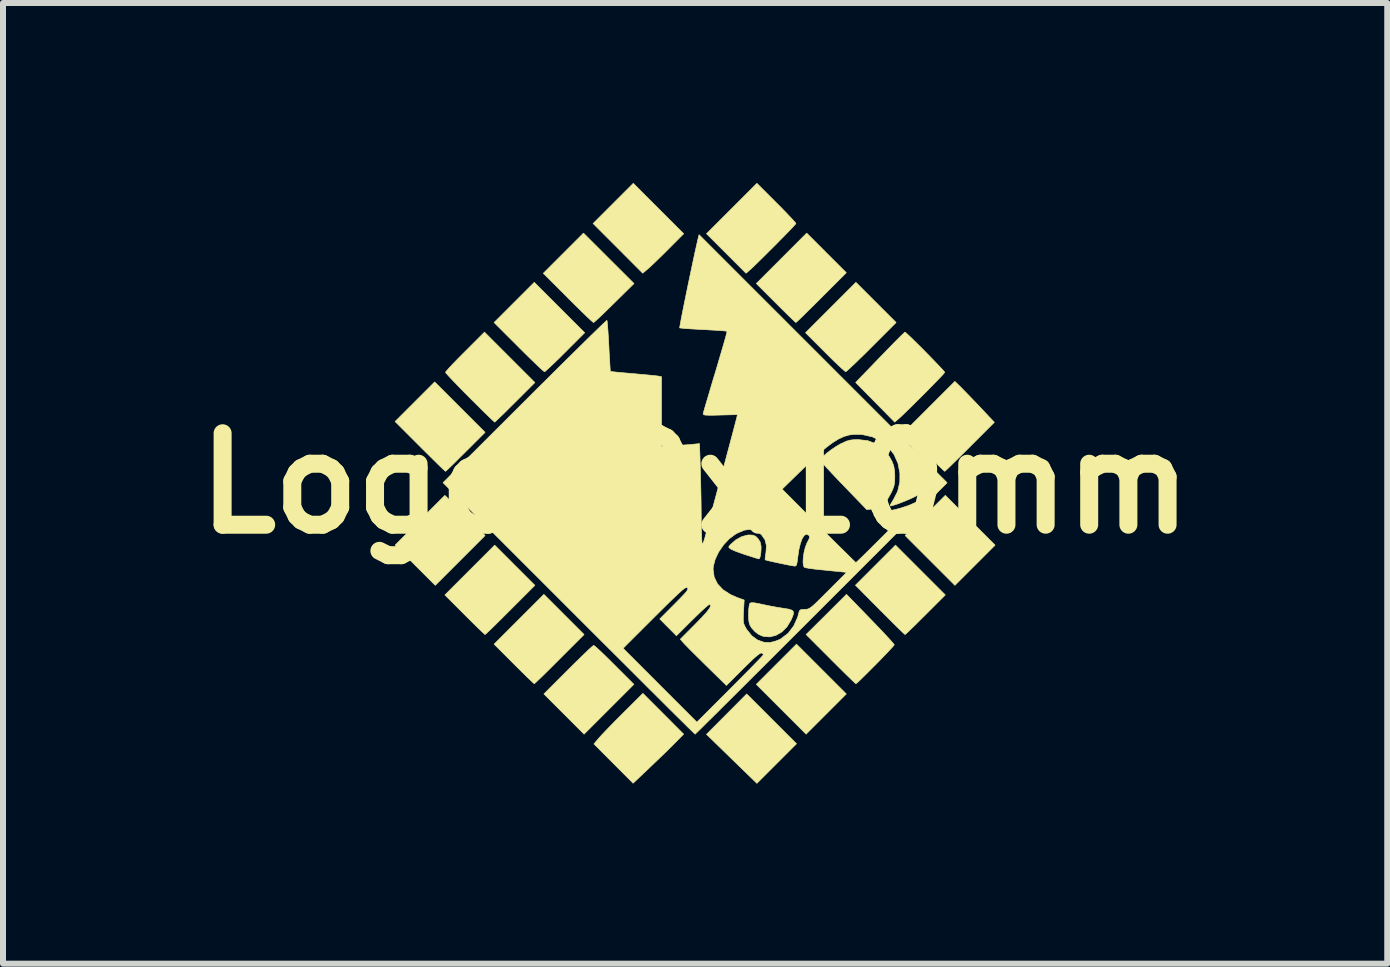
<source format=kicad_pcb>
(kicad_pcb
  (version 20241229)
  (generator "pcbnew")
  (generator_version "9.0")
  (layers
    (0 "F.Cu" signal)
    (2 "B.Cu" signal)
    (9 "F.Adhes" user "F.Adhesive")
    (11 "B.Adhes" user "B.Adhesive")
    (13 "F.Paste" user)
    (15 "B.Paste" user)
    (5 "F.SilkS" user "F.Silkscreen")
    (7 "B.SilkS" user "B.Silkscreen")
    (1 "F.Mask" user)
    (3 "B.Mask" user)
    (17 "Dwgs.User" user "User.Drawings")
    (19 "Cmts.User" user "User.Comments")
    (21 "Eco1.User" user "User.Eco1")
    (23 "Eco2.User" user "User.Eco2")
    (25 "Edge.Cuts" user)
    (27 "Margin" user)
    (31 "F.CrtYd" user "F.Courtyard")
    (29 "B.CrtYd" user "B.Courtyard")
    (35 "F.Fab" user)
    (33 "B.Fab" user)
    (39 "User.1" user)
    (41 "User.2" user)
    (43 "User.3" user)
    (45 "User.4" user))
  (footprint "Logo10x10mm"
    (layer "F.Cu")
    (at 8.534 5.005)
    (property "Reference" "Logo10x10mm" (at 0 0 0) (layer "F.SilkS") (effects (font (size 1.524 1.524) (thickness 0.3))))
    (attr through_hole)
    (fp_poly (pts (xy -3.835 0.535) (xy -3.5 0.87) (xy -4.33 1.7) (xy -4.665 1.365) (xy -5 1.03) (xy -4.17 0.2) (xy -3.835 0.535)) (stroke (width 0.01) (type solid)) (fill yes) (layer "F.SilkS"))
    (fp_poly (pts (xy 1.275 3.925) (xy 1.69 4.34) (xy 1.03 5) (xy 0.61 4.592) (xy 0.19 4.183) (xy 0.86 3.51) (xy 1.275 3.925)) (stroke (width 0.01) (type solid)) (fill yes) (layer "F.SilkS"))
    (fp_poly (pts (xy 2.52 3.51) (xy 2.185 3.845) (xy 1.85 4.18) (xy 1.02 3.35) (xy 1.355 3.015) (xy 1.69 2.68) (xy 2.52 3.51)) (stroke (width 0.01) (type solid)) (fill yes) (layer "F.SilkS"))
    (fp_poly (pts (xy 5 1.03) (xy 4.665 1.365) (xy 4.33 1.7) (xy 3.5 0.87) (xy 3.835 0.535) (xy 4.17 0.2) (xy 5 1.03)) (stroke (width 0.01) (type solid)) (fill yes) (layer "F.SilkS"))
    (fp_poly (pts (xy -0.61 -4.58) (xy -0.19 -4.16) (xy -0.44 -3.909) (xy -0.529 -3.82) (xy -0.615 -3.736) (xy -0.692 -3.662) (xy -0.752 -3.606) (xy -0.781 -3.58) (xy -0.873 -3.502) (xy -1.286 -3.916) (xy -1.7 -4.33) (xy -1.365 -4.665) (xy -1.03 -5) (xy -0.61 -4.58)) (stroke (width 0.01) (type solid)) (fill yes) (layer "F.SilkS"))
    (fp_poly (pts (xy 4.17 1.86) (xy 3.84 2.19) (xy 3.746 2.283) (xy 3.662 2.367) (xy 3.591 2.435) (xy 3.538 2.486) (xy 3.506 2.515) (xy 3.499 2.52) (xy 3.483 2.506) (xy 3.442 2.468) (xy 3.38 2.408) (xy 3.301 2.33) (xy 3.209 2.238) (xy 3.106 2.135) (xy 3.08 2.109) (xy 2.672 1.698) (xy 3.34 1.03) (xy 4.17 1.86)) (stroke (width 0.01) (type solid)) (fill yes) (layer "F.SilkS"))
    (fp_poly (pts (xy -3.005 1.365) (xy -2.67 1.7) (xy -3.08 2.11) (xy -3.185 2.215) (xy -3.28 2.309) (xy -3.363 2.391) (xy -3.43 2.455) (xy -3.476 2.499) (xy -3.499 2.519) (xy -3.5 2.52) (xy -3.517 2.506) (xy -3.557 2.468) (xy -3.618 2.41) (xy -3.694 2.335) (xy -3.783 2.247) (xy -3.84 2.19) (xy -4.17 1.86) (xy -3.34 1.03) (xy -3.005 1.365)) (stroke (width 0.01) (type solid)) (fill yes) (layer "F.SilkS"))
    (fp_poly (pts (xy -2.26 -2.93) (xy -1.84 -2.51) (xy -2.165 -2.185) (xy -2.258 -2.092) (xy -2.343 -2.01) (xy -2.415 -1.942) (xy -2.469 -1.892) (xy -2.502 -1.864) (xy -2.51 -1.86) (xy -2.529 -1.874) (xy -2.572 -1.912) (xy -2.636 -1.972) (xy -2.717 -2.05) (xy -2.811 -2.142) (xy -2.914 -2.244) (xy -2.94 -2.27) (xy -3.35 -2.68) (xy -2.68 -3.35) (xy -2.26 -2.93)) (stroke (width 0.01) (type solid)) (fill yes) (layer "F.SilkS"))
    (fp_poly (pts (xy -2.185 2.185) (xy -1.85 2.52) (xy -2.26 2.93) (xy -2.365 3.035) (xy -2.46 3.129) (xy -2.543 3.211) (xy -2.61 3.275) (xy -2.656 3.319) (xy -2.679 3.339) (xy -2.68 3.34) (xy -2.697 3.326) (xy -2.737 3.288) (xy -2.798 3.23) (xy -2.874 3.155) (xy -2.963 3.067) (xy -3.02 3.01) (xy -3.35 2.68) (xy -2.52 1.85) (xy -2.185 2.185)) (stroke (width 0.01) (type solid)) (fill yes) (layer "F.SilkS"))
    (fp_poly (pts (xy -1.439 -3.75) (xy -1.018 -3.33) (xy -1.348 -3.005) (xy -1.442 -2.913) (xy -1.527 -2.83) (xy -1.599 -2.762) (xy -1.653 -2.712) (xy -1.686 -2.684) (xy -1.694 -2.68) (xy -1.711 -2.694) (xy -1.754 -2.732) (xy -1.817 -2.792) (xy -1.897 -2.87) (xy -1.991 -2.962) (xy -2.094 -3.064) (xy -2.12 -3.09) (xy -2.53 -3.5) (xy -1.86 -4.17) (xy -1.439 -3.75)) (stroke (width 0.01) (type solid)) (fill yes) (layer "F.SilkS"))
    (fp_poly (pts (xy 3.35 -2.68) (xy 2.94 -2.27) (xy 2.835 -2.165) (xy 2.738 -2.071) (xy 2.654 -1.989) (xy 2.585 -1.925) (xy 2.537 -1.881) (xy 2.512 -1.861) (xy 2.51 -1.86) (xy 2.491 -1.874) (xy 2.447 -1.912) (xy 2.385 -1.97) (xy 2.306 -2.045) (xy 2.217 -2.133) (xy 2.165 -2.185) (xy 1.84 -2.51) (xy 2.26 -2.93) (xy 2.68 -3.35) (xy 3.35 -2.68)) (stroke (width 0.01) (type solid)) (fill yes) (layer "F.SilkS"))
    (fp_poly (pts (xy -3.92 -1.27) (xy -3.5 -0.85) (xy -3.825 -0.525) (xy -3.918 -0.433) (xy -4.001 -0.35) (xy -4.071 -0.282) (xy -4.123 -0.232) (xy -4.154 -0.204) (xy -4.16 -0.2) (xy -4.176 -0.214) (xy -4.217 -0.252) (xy -4.279 -0.312) (xy -4.358 -0.39) (xy -4.451 -0.482) (xy -4.554 -0.584) (xy -4.585 -0.615) (xy -5 -1.03) (xy -4.67 -1.36) (xy -4.34 -1.69) (xy -3.92 -1.27)) (stroke (width 0.01) (type solid)) (fill yes) (layer "F.SilkS"))
    (fp_poly (pts (xy -1.67 2.714) (xy -1.627 2.752) (xy -1.564 2.81) (xy -1.486 2.885) (xy -1.397 2.973) (xy -1.345 3.025) (xy -1.02 3.35) (xy -1.435 3.765) (xy -1.85 4.18) (xy -2.185 3.845) (xy -2.52 3.51) (xy -2.115 3.105) (xy -2.01 3.001) (xy -1.914 2.907) (xy -1.83 2.826) (xy -1.763 2.762) (xy -1.715 2.719) (xy -1.691 2.701) (xy -1.69 2.7) (xy -1.67 2.714)) (stroke (width 0.01) (type solid)) (fill yes) (layer "F.SilkS"))
    (fp_poly (pts (xy -0.53 3.84) (xy -0.191 4.18) (xy -0.34 4.331) (xy -0.406 4.397) (xy -0.492 4.482) (xy -0.591 4.577) (xy -0.693 4.675) (xy -0.761 4.74) (xy -1.033 4.998) (xy -1.36 4.67) (xy -1.686 4.343) (xy -1.605 4.247) (xy -1.566 4.204) (xy -1.505 4.139) (xy -1.426 4.057) (xy -1.335 3.964) (xy -1.236 3.865) (xy -1.196 3.825) (xy -0.87 3.5) (xy -0.53 3.84)) (stroke (width 0.01) (type solid)) (fill yes) (layer "F.SilkS"))
    (fp_poly (pts (xy 2.19 -3.84) (xy 2.52 -3.51) (xy 2.105 -3.095) (xy 2 -2.99) (xy 1.903 -2.895) (xy 1.82 -2.812) (xy 1.753 -2.747) (xy 1.705 -2.702) (xy 1.682 -2.681) (xy 1.68 -2.68) (xy 1.663 -2.694) (xy 1.623 -2.732) (xy 1.562 -2.79) (xy 1.486 -2.865) (xy 1.398 -2.952) (xy 1.345 -3.005) (xy 1.02 -3.33) (xy 1.44 -3.75) (xy 1.86 -4.17) (xy 2.19 -3.84)) (stroke (width 0.01) (type solid)) (fill yes) (layer "F.SilkS"))
    (fp_poly (pts (xy 1.355 -4.675) (xy 1.448 -4.582) (xy 1.53 -4.497) (xy 1.598 -4.425) (xy 1.648 -4.371) (xy 1.676 -4.338) (xy 1.68 -4.33) (xy 1.666 -4.312) (xy 1.629 -4.271) (xy 1.571 -4.21) (xy 1.498 -4.135) (xy 1.414 -4.05) (xy 1.324 -3.958) (xy 1.231 -3.866) (xy 1.141 -3.776) (xy 1.057 -3.694) (xy 0.985 -3.624) (xy 0.928 -3.57) (xy 0.899 -3.545) (xy 0.849 -3.501) (xy 0.519 -3.831) (xy 0.19 -4.16) (xy 0.61 -4.58) (xy 1.03 -5) (xy 1.355 -4.675)) (stroke (width 0.01) (type solid)) (fill yes) (layer "F.SilkS"))
    (fp_poly (pts (xy 4.416 -1.615) (xy 4.459 -1.571) (xy 4.523 -1.506) (xy 4.601 -1.425) (xy 4.686 -1.336) (xy 4.745 -1.274) (xy 4.987 -1.017) (xy 4.579 -0.609) (xy 4.474 -0.504) (xy 4.379 -0.41) (xy 4.296 -0.329) (xy 4.23 -0.264) (xy 4.184 -0.221) (xy 4.161 -0.201) (xy 4.16 -0.2) (xy 4.143 -0.214) (xy 4.103 -0.252) (xy 4.042 -0.31) (xy 3.966 -0.385) (xy 3.877 -0.473) (xy 3.82 -0.53) (xy 3.49 -0.86) (xy 3.91 -1.28) (xy 4.329 -1.699) (xy 4.416 -1.615)) (stroke (width 0.01) (type solid)) (fill yes) (layer "F.SilkS"))
    (fp_poly (pts (xy 0.965 0.864) (xy 1.008 0.882) (xy 1.047 0.92) (xy 1.048 0.922) (xy 1.085 0.979) (xy 1.099 1.045) (xy 1.1 1.077) (xy 1.096 1.157) (xy 1.086 1.219) (xy 1.072 1.254) (xy 1.063 1.259) (xy 1.04 1.253) (xy 0.987 1.237) (xy 0.913 1.213) (xy 0.839 1.19) (xy 0.75 1.159) (xy 0.671 1.13) (xy 0.614 1.105) (xy 0.59 1.092) (xy 0.563 1.07) (xy 0.565 1.05) (xy 0.589 1.021) (xy 0.676 0.944) (xy 0.775 0.889) (xy 0.873 0.862) (xy 0.902 0.86) (xy 0.965 0.864)) (stroke (width 0.01) (type solid)) (fill yes) (layer "F.SilkS"))
    (fp_poly (pts (xy -3.09 -2.1) (xy -2.67 -1.68) (xy -3 -1.35) (xy -3.094 -1.257) (xy -3.178 -1.173) (xy -3.249 -1.105) (xy -3.302 -1.054) (xy -3.333 -1.025) (xy -3.34 -1.02) (xy -3.356 -1.034) (xy -3.397 -1.072) (xy -3.459 -1.132) (xy -3.538 -1.209) (xy -3.63 -1.301) (xy -3.733 -1.403) (xy -3.755 -1.425) (xy -3.859 -1.53) (xy -3.953 -1.626) (xy -4.034 -1.71) (xy -4.097 -1.777) (xy -4.141 -1.825) (xy -4.159 -1.849) (xy -4.16 -1.85) (xy -4.146 -1.87) (xy -4.108 -1.913) (xy -4.05 -1.976) (xy -3.975 -2.054) (xy -3.887 -2.143) (xy -3.835 -2.195) (xy -3.51 -2.52) (xy -3.09 -2.1)) (stroke (width 0.01) (type solid)) (fill yes) (layer "F.SilkS"))
    (fp_poly (pts (xy 2.921 2.26) (xy 3.023 2.366) (xy 3.116 2.463) (xy 3.195 2.548) (xy 3.258 2.616) (xy 3.3 2.665) (xy 3.319 2.689) (xy 3.319 2.69) (xy 3.306 2.709) (xy 3.269 2.75) (xy 3.214 2.809) (xy 3.144 2.882) (xy 3.066 2.963) (xy 2.984 3.046) (xy 2.902 3.128) (xy 2.827 3.203) (xy 2.762 3.267) (xy 2.713 3.313) (xy 2.684 3.337) (xy 2.68 3.34) (xy 2.663 3.326) (xy 2.623 3.288) (xy 2.561 3.228) (xy 2.482 3.151) (xy 2.389 3.059) (xy 2.286 2.956) (xy 2.26 2.93) (xy 1.85 2.52) (xy 2.187 2.185) (xy 2.523 1.85) (xy 2.921 2.26)) (stroke (width 0.01) (type solid)) (fill yes) (layer "F.SilkS"))
    (fp_poly (pts (xy 0.986 1.991) (xy 1.064 2.005) (xy 1.114 2.016) (xy 1.223 2.039) (xy 1.345 2.062) (xy 1.455 2.08) (xy 1.466 2.082) (xy 1.557 2.096) (xy 1.614 2.114) (xy 1.639 2.14) (xy 1.637 2.183) (xy 1.613 2.247) (xy 1.598 2.28) (xy 1.531 2.391) (xy 1.446 2.476) (xy 1.348 2.533) (xy 1.244 2.559) (xy 1.139 2.551) (xy 1.059 2.518) (xy 1.001 2.474) (xy 0.947 2.416) (xy 0.939 2.405) (xy 0.913 2.361) (xy 0.899 2.316) (xy 0.892 2.256) (xy 0.891 2.176) (xy 0.894 2.098) (xy 0.902 2.036) (xy 0.912 2) (xy 0.914 1.998) (xy 0.938 1.989) (xy 0.986 1.991)) (stroke (width 0.01) (type solid)) (fill yes) (layer "F.SilkS"))
    (fp_poly (pts (xy 3.516 -2.506) (xy 3.557 -2.469) (xy 3.617 -2.412) (xy 3.689 -2.341) (xy 3.77 -2.261) (xy 3.854 -2.176) (xy 3.936 -2.092) (xy 4.012 -2.013) (xy 4.078 -1.944) (xy 4.127 -1.891) (xy 4.155 -1.858) (xy 4.16 -1.85) (xy 4.146 -1.832) (xy 4.109 -1.79) (xy 4.051 -1.73) (xy 3.978 -1.655) (xy 3.894 -1.569) (xy 3.804 -1.478) (xy 3.711 -1.386) (xy 3.621 -1.296) (xy 3.537 -1.214) (xy 3.465 -1.144) (xy 3.407 -1.09) (xy 3.378 -1.064) (xy 3.327 -1.02) (xy 3.002 -1.35) (xy 2.676 -1.681) (xy 3.08 -2.1) (xy 3.184 -2.207) (xy 3.278 -2.304) (xy 3.36 -2.387) (xy 3.426 -2.453) (xy 3.473 -2.498) (xy 3.496 -2.519) (xy 3.498 -2.52) (xy 3.516 -2.506)) (stroke (width 0.01) (type solid)) (fill yes) (layer "F.SilkS"))
    (fp_poly (pts (xy 2.878 -0.711) (xy 3.017 -0.658) (xy 3.137 -0.569) (xy 3.236 -0.447) (xy 3.283 -0.363) (xy 3.31 -0.291) (xy 3.324 -0.21) (xy 3.328 -0.119) (xy 3.326 -0.031) (xy 3.316 0.037) (xy 3.293 0.103) (xy 3.266 0.161) (xy 3.201 0.275) (xy 3.134 0.354) (xy 3.059 0.403) (xy 2.972 0.426) (xy 2.966 0.426) (xy 2.861 0.438) (xy 2.476 0.039) (xy 2.375 -0.066) (xy 2.283 -0.163) (xy 2.205 -0.247) (xy 2.144 -0.314) (xy 2.103 -0.362) (xy 2.086 -0.384) (xy 2.086 -0.385) (xy 2.099 -0.413) (xy 2.139 -0.455) (xy 2.199 -0.507) (xy 2.271 -0.561) (xy 2.349 -0.614) (xy 2.424 -0.658) (xy 2.44 -0.665) (xy 2.517 -0.701) (xy 2.581 -0.72) (xy 2.652 -0.728) (xy 2.72 -0.729) (xy 2.878 -0.711)) (stroke (width 0.01) (type solid)) (fill yes) (layer "F.SilkS"))
    (fp_poly (pts (xy 4.2 -0.01) (xy 2.105 2.085) (xy 1.864 2.326) (xy 1.63 2.559) (xy 1.406 2.783) (xy 1.193 2.996) (xy 0.992 3.196) (xy 0.805 3.383) (xy 0.634 3.553) (xy 0.479 3.707) (xy 0.344 3.842) (xy 0.228 3.956) (xy 0.135 4.049) (xy 0.065 4.118) (xy 0.019 4.162) (xy 0.00043 4.18) (xy 0 4.18) (xy -0.015 4.166) (xy -0.057 4.125) (xy -0.124 4.06) (xy -0.214 3.97) (xy -0.327 3.859) (xy -0.46 3.727) (xy -0.611 3.576) (xy -0.781 3.407) (xy -0.965 3.223) (xy -1.164 3.024) (xy -1.376 2.813) (xy -1.44 2.749) (xy -1.2 2.749) (xy -0.585 3.365) (xy 0.03 3.98) (xy 0.585 3.425) (xy 0.707 3.302) (xy 0.82 3.188) (xy 0.921 3.086) (xy 1.006 2.998) (xy 1.073 2.929) (xy 1.118 2.881) (xy 1.139 2.856) (xy 1.14 2.855) (xy 1.124 2.835) (xy 1.108 2.827) (xy 1.085 2.832) (xy 1.043 2.862) (xy 0.98 2.916) (xy 0.895 2.997) (xy 0.799 3.091) (xy 0.522 3.368) (xy 0.186 3.039) (xy 0.088 2.942) (xy -0.003 2.852) (xy -0.083 2.773) (xy -0.145 2.709) (xy -0.187 2.666) (xy -0.198 2.653) (xy -0.246 2.597) (xy 0.007 2.343) (xy 0.113 2.234) (xy 0.19 2.149) (xy 0.238 2.087) (xy 0.259 2.046) (xy 0.254 2.024) (xy 0.235 2.02) (xy 0.214 2.034) (xy 0.169 2.071) (xy 0.107 2.128) (xy 0.031 2.201) (xy -0.05 2.28) (xy -0.311 2.54) (xy -0.45 2.4) (xy -0.589 2.26) (xy -0.343 2.013) (xy -0.254 1.923) (xy -0.191 1.857) (xy -0.149 1.81) (xy -0.127 1.779) (xy -0.12 1.758) (xy -0.126 1.744) (xy -0.13 1.74) (xy -0.141 1.736) (xy -0.158 1.74) (xy -0.183 1.755) (xy -0.219 1.784) (xy -0.269 1.829) (xy -0.336 1.892) (xy -0.423 1.975) (xy -0.531 2.082) (xy -0.665 2.215) (xy -0.681 2.231) (xy -1.2 2.749) (xy -1.44 2.749) (xy -1.599 2.591) (xy -1.831 2.359) (xy -2.071 2.119) (xy -2.106 2.084) (xy -2.759 1.431) (xy 0.3 1.431) (xy 0.318 1.561) (xy 0.373 1.675) (xy 0.465 1.773) (xy 0.593 1.855) (xy 0.703 1.903) (xy 0.818 1.945) (xy 0.807 2.137) (xy 0.803 2.227) (xy 0.803 2.288) (xy 0.809 2.333) (xy 0.825 2.373) (xy 0.851 2.42) (xy 0.863 2.439) (xy 0.944 2.54) (xy 1.041 2.611) (xy 1.15 2.649) (xy 1.247 2.653) (xy 1.327 2.634) (xy 1.408 2.603) (xy 1.43 2.591) (xy 1.551 2.498) (xy 1.644 2.376) (xy 1.71 2.229) (xy 1.729 2.155) (xy 1.741 2.12) (xy 1.765 2.104) (xy 1.814 2.1) (xy 1.826 2.1) (xy 1.854 2.099) (xy 1.881 2.094) (xy 1.908 2.081) (xy 1.943 2.057) (xy 1.988 2.018) (xy 2.048 1.961) (xy 2.129 1.881) (xy 2.218 1.792) (xy 2.526 1.484) (xy 2.418 1.472) (xy 2.353 1.466) (xy 2.261 1.457) (xy 2.157 1.446) (xy 2.078 1.439) (xy 1.984 1.428) (xy 1.903 1.417) (xy 1.845 1.407) (xy 1.82 1.4) (xy 1.804 1.369) (xy 1.799 1.31) (xy 1.803 1.234) (xy 1.816 1.149) (xy 1.836 1.068) (xy 1.862 0.999) (xy 1.869 0.986) (xy 1.898 0.93) (xy 1.908 0.896) (xy 1.901 0.874) (xy 1.891 0.863) (xy 1.855 0.847) (xy 1.82 0.867) (xy 1.785 0.92) (xy 1.755 1.001) (xy 1.729 1.107) (xy 1.711 1.233) (xy 1.71 1.245) (xy 1.699 1.324) (xy 1.686 1.367) (xy 1.668 1.38) (xy 1.638 1.376) (xy 1.58 1.366) (xy 1.504 1.351) (xy 1.418 1.333) (xy 1.333 1.315) (xy 1.257 1.298) (xy 1.199 1.284) (xy 1.169 1.275) (xy 1.167 1.274) (xy 1.167 1.252) (xy 1.173 1.203) (xy 1.18 1.16) (xy 1.189 1.04) (xy 1.165 0.941) (xy 1.108 0.859) (xy 1.091 0.844) (xy 1.008 0.788) (xy 0.92 0.767) (xy 0.822 0.78) (xy 0.709 0.827) (xy 0.671 0.848) (xy 0.567 0.926) (xy 0.473 1.027) (xy 0.393 1.143) (xy 0.335 1.265) (xy 0.304 1.382) (xy 0.3 1.431) (xy -2.759 1.431) (xy -4.201 -0.011) (xy -2.84 -1.369) (xy -2.647 -1.562) (xy -2.461 -1.746) (xy -2.285 -1.921) (xy -2.121 -2.083) (xy -1.971 -2.231) (xy -1.837 -2.363) (xy -1.721 -2.477) (xy -1.624 -2.571) (xy -1.549 -2.643) (xy -1.498 -2.691) (xy -1.472 -2.714) (xy -1.469 -2.716) (xy -1.465 -2.694) (xy -1.46 -2.637) (xy -1.453 -2.553) (xy -1.446 -2.448) (xy -1.439 -2.326) (xy -1.437 -2.288) (xy -1.431 -2.163) (xy -1.424 -2.053) (xy -1.419 -1.963) (xy -1.415 -1.899) (xy -1.412 -1.867) (xy -1.411 -1.865) (xy -1.391 -1.862) (xy -1.337 -1.856) (xy -1.256 -1.848) (xy -1.155 -1.839) (xy -1.048 -1.83) (xy -0.928 -1.819) (xy -0.817 -1.809) (xy -0.724 -1.8) (xy -0.656 -1.793) (xy -0.625 -1.789) (xy -0.56 -1.778) (xy -0.56 -0.616) (xy -0.345 -0.629) (xy -0.243 -0.635) (xy -0.145 -0.642) (xy -0.063 -0.648) (xy -0.028 -0.652) (xy 0.074 -0.662) (xy 0.087 -0.268) (xy 0.091 -0.112) (xy 0.095 0.068) (xy 0.099 0.255) (xy 0.101 0.432) (xy 0.102 0.538) (xy 0.103 0.665) (xy 0.105 0.781) (xy 0.109 0.879) (xy 0.112 0.951) (xy 0.116 0.992) (xy 0.117 0.996) (xy 0.125 1.006) (xy 0.138 0.986) (xy 0.156 0.932) (xy 0.18 0.844) (xy 0.187 0.816) (xy 0.205 0.747) (xy 0.232 0.644) (xy 0.266 0.515) (xy 0.306 0.363) (xy 0.351 0.195) (xy 0.377 0.097) (xy 1.45 0.097) (xy 2.06 0.709) (xy 2.188 0.837) (xy 2.308 0.957) (xy 2.416 1.064) (xy 2.51 1.156) (xy 2.586 1.231) (xy 2.641 1.285) (xy 2.673 1.315) (xy 2.68 1.32) (xy 2.696 1.307) (xy 2.736 1.269) (xy 2.796 1.212) (xy 2.869 1.14) (xy 2.953 1.057) (xy 2.955 1.055) (xy 3.22 0.791) (xy 3.086 0.656) (xy 3.019 0.585) (xy 2.983 0.538) (xy 2.978 0.515) (xy 2.981 0.513) (xy 3.012 0.506) (xy 3.072 0.493) (xy 3.153 0.476) (xy 3.23 0.461) (xy 3.402 0.42) (xy 3.556 0.37) (xy 3.686 0.314) (xy 3.784 0.255) (xy 3.801 0.241) (xy 3.843 0.202) (xy 3.855 0.175) (xy 3.846 0.159) (xy 3.826 0.151) (xy 3.79 0.158) (xy 3.732 0.185) (xy 3.689 0.208) (xy 3.624 0.241) (xy 3.545 0.276) (xy 3.462 0.31) (xy 3.382 0.341) (xy 3.314 0.363) (xy 3.266 0.376) (xy 3.249 0.375) (xy 3.255 0.356) (xy 3.278 0.315) (xy 3.301 0.279) (xy 3.376 0.134) (xy 3.412 -0.022) (xy 3.413 -0.168) (xy 3.381 -0.334) (xy 3.315 -0.481) (xy 3.219 -0.606) (xy 3.098 -0.705) (xy 2.953 -0.775) (xy 2.79 -0.812) (xy 2.751 -0.815) (xy 2.657 -0.816) (xy 2.568 -0.806) (xy 2.481 -0.781) (xy 2.39 -0.739) (xy 2.292 -0.678) (xy 2.183 -0.596) (xy 2.059 -0.49) (xy 1.917 -0.358) (xy 1.796 -0.241) (xy 1.45 0.097) (xy 0.377 0.097) (xy 0.399 0.016) (xy 0.448 -0.168) (xy 0.465 -0.23) (xy 0.512 -0.406) (xy 0.556 -0.571) (xy 0.596 -0.721) (xy 0.631 -0.852) (xy 0.659 -0.96) (xy 0.68 -1.04) (xy 0.693 -1.087) (xy 0.695 -1.098) (xy 0.706 -1.145) (xy 0.418 -1.138) (xy 0.305 -1.135) (xy 0.226 -1.135) (xy 0.176 -1.137) (xy 0.148 -1.142) (xy 0.136 -1.151) (xy 0.135 -1.163) (xy 0.142 -1.19) (xy 0.159 -1.25) (xy 0.185 -1.339) (xy 0.219 -1.452) (xy 0.258 -1.586) (xy 0.302 -1.734) (xy 0.341 -1.861) (xy 0.387 -2.017) (xy 0.429 -2.16) (xy 0.466 -2.286) (xy 0.496 -2.391) (xy 0.518 -2.471) (xy 0.53 -2.52) (xy 0.532 -2.534) (xy 0.511 -2.538) (xy 0.456 -2.543) (xy 0.373 -2.549) (xy 0.269 -2.555) (xy 0.15 -2.562) (xy 0.138 -2.562) (xy 0.018 -2.569) (xy -0.088 -2.575) (xy -0.173 -2.581) (xy -0.232 -2.587) (xy -0.257 -2.59) (xy -0.257 -2.591) (xy -0.255 -2.611) (xy -0.245 -2.665) (xy -0.23 -2.748) (xy -0.209 -2.855) (xy -0.184 -2.98) (xy -0.156 -3.118) (xy -0.126 -3.264) (xy -0.095 -3.412) (xy -0.064 -3.559) (xy -0.035 -3.697) (xy -0.008 -3.823) (xy 0.016 -3.931) (xy 0.035 -4.016) (xy 0.044 -4.057) (xy 0.066 -4.144) (xy 4.2 -0.01)) (stroke (width 0.01) (type solid)) (fill yes) (layer "F.SilkS")))
  (gr_rect
    (start -3 -3)
    (end 20.069 13.01)
    (stroke (width 0.1) (type default))
    (fill no)
    (layer "Edge.Cuts")))
</source>
